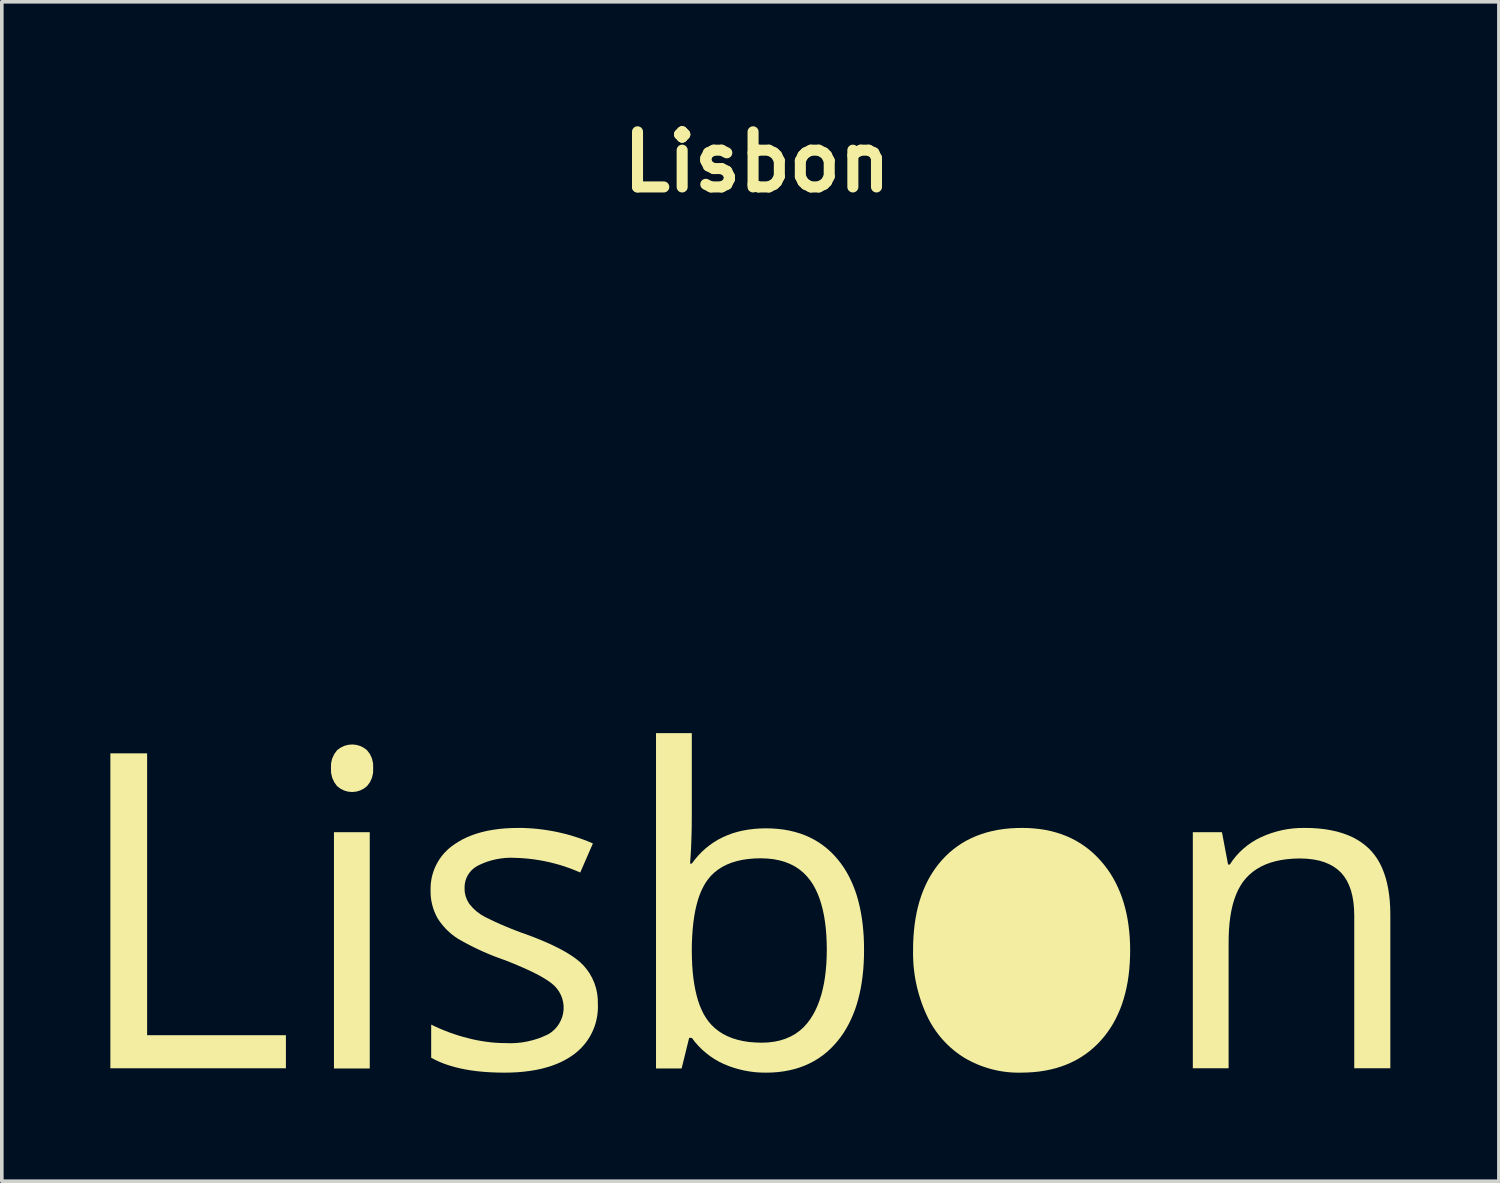
<source format=kicad_pcb>
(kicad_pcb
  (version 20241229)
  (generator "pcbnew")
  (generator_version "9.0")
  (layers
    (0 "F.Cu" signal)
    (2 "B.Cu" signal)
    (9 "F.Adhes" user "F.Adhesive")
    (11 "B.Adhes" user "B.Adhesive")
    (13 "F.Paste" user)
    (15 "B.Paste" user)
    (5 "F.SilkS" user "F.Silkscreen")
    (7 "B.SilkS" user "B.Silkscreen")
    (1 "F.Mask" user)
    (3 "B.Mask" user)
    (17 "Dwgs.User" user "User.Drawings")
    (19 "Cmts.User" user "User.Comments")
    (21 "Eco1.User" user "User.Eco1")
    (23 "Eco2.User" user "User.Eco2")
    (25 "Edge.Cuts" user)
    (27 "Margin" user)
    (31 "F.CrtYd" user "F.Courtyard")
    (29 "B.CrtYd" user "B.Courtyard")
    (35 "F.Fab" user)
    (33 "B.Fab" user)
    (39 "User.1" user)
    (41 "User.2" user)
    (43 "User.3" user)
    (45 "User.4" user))
  (footprint "Lisbon"
    (layer "F.Cu")
    (at 17.87 17.354)
    (property "Reference" "Lisbon" (at 0 -15.927 0) (layer "F.SilkS") (effects (font (size 1.524 1.524) (thickness 0.305))))
    (attr exclude_from_pos_files exclude_from_bom)
    (fp_poly (pts (xy -10.702 9.124) (xy -11.691 9.124) (xy -11.691 2.594) (xy -10.702 2.594) (xy -10.702 9.124)) (stroke (width 0) (type solid)) (fill yes) (layer "F.SilkS"))
    (fp_poly (pts (xy -17.87 9.118) (xy -17.87 0.415) (xy -16.854 0.415) (xy -16.854 8.204) (xy -13.019 8.204) (xy -13.019 9.118) (xy -17.87 9.118)) (stroke (width 0) (type solid)) (fill yes) (layer "F.SilkS"))
    (fp_poly (pts (xy -11.774 0.826) (xy -11.771 0.691) (xy -11.741 0.56) (xy -11.684 0.437) (xy -11.605 0.328) (xy -11.514 0.261) (xy -11.412 0.21) (xy -11.303 0.18) (xy -11.191 0.169) (xy -11.078 0.18) (xy -10.969 0.21) (xy -10.867 0.261) (xy -10.777 0.328) (xy -10.696 0.436) (xy -10.64 0.558) (xy -10.61 0.689) (xy -10.607 0.823) (xy -10.61 0.958) (xy -10.64 1.089) (xy -10.696 1.212) (xy -10.777 1.321) (xy -10.867 1.39) (xy -10.968 1.441) (xy -11.077 1.473) (xy -11.191 1.483) (xy -11.304 1.473) (xy -11.413 1.441) (xy -11.514 1.39) (xy -11.605 1.321) (xy -11.683 1.212) (xy -11.739 1.09) (xy -11.77 0.96) (xy -11.774 0.826)) (stroke (width 0) (type solid)) (fill yes) (layer "F.SilkS"))
    (fp_poly (pts (xy 16.505 9.118) (xy 16.505 4.899) (xy 16.499 4.706) (xy 16.482 4.525) (xy 16.453 4.357) (xy 16.414 4.202) (xy 16.362 4.061) (xy 16.3 3.932) (xy 16.226 3.816) (xy 16.141 3.713) (xy 16.043 3.623) (xy 15.933 3.544) (xy 15.81 3.477) (xy 15.675 3.421) (xy 15.526 3.377) (xy 15.365 3.346) (xy 15.191 3.327) (xy 15.004 3.32) (xy 14.824 3.325) (xy 14.653 3.339) (xy 14.49 3.362) (xy 14.336 3.394) (xy 14.191 3.435) (xy 14.054 3.485) (xy 13.927 3.545) (xy 13.808 3.613) (xy 13.698 3.691) (xy 13.597 3.778) (xy 13.504 3.874) (xy 13.427 3.971) (xy 13.357 4.079) (xy 13.293 4.196) (xy 13.237 4.323) (xy 13.187 4.46) (xy 13.144 4.607) (xy 13.109 4.763) (xy 13.08 4.93) (xy 13.058 5.107) (xy 13.043 5.293) (xy 13.035 5.49) (xy 13.033 5.696) (xy 13.033 9.118) (xy 12.044 9.118) (xy 12.044 2.594) (xy 12.849 2.594) (xy 13.018 3.488) (xy 13.066 3.488) (xy 13.146 3.37) (xy 13.235 3.258) (xy 13.332 3.152) (xy 13.436 3.054) (xy 13.546 2.963) (xy 13.663 2.88) (xy 13.785 2.805) (xy 13.912 2.74) (xy 14.057 2.677) (xy 14.204 2.622) (xy 14.355 2.576) (xy 14.508 2.538) (xy 14.662 2.509) (xy 14.819 2.489) (xy 14.976 2.478) (xy 15.133 2.476) (xy 15.327 2.479) (xy 15.512 2.491) (xy 15.689 2.511) (xy 15.857 2.539) (xy 16.017 2.574) (xy 16.169 2.618) (xy 16.313 2.669) (xy 16.449 2.728) (xy 16.576 2.796) (xy 16.695 2.871) (xy 16.805 2.954) (xy 16.908 3.044) (xy 16.995 3.136) (xy 17.075 3.236) (xy 17.149 3.343) (xy 17.215 3.459) (xy 17.275 3.583) (xy 17.327 3.715) (xy 17.373 3.855) (xy 17.412 4.003) (xy 17.444 4.159) (xy 17.469 4.323) (xy 17.487 4.495) (xy 17.498 4.675) (xy 17.502 4.863) (xy 17.502 9.118) (xy 16.505 9.118)) (stroke (width 0) (type solid)) (fill yes) (layer "F.SilkS"))
    (fp_poly (pts (xy 5.341 5.85) (xy 5.344 6.039) (xy 5.353 6.221) (xy 5.368 6.395) (xy 5.389 6.563) (xy 5.416 6.724) (xy 5.449 6.877) (xy 5.488 7.024) (xy 5.533 7.163) (xy 5.584 7.296) (xy 5.641 7.421) (xy 5.704 7.54) (xy 5.773 7.651) (xy 5.849 7.755) (xy 5.945 7.869) (xy 6.048 7.972) (xy 6.159 8.064) (xy 6.278 8.145) (xy 6.404 8.216) (xy 6.538 8.275) (xy 6.679 8.324) (xy 6.828 8.362) (xy 6.984 8.389) (xy 7.147 8.405) (xy 7.318 8.411) (xy 7.491 8.405) (xy 7.656 8.389) (xy 7.813 8.362) (xy 7.962 8.324) (xy 8.104 8.276) (xy 8.238 8.217) (xy 8.364 8.147) (xy 8.483 8.066) (xy 8.593 7.974) (xy 8.696 7.872) (xy 8.792 7.759) (xy 8.866 7.655) (xy 8.935 7.544) (xy 8.997 7.426) (xy 9.054 7.3) (xy 9.105 7.168) (xy 9.15 7.028) (xy 9.189 6.881) (xy 9.222 6.727) (xy 9.249 6.566) (xy 9.271 6.398) (xy 9.286 6.223) (xy 9.296 6.04) (xy 9.3 5.85) (xy 9.297 5.662) (xy 9.288 5.482) (xy 9.273 5.308) (xy 9.252 5.141) (xy 9.224 4.982) (xy 9.191 4.829) (xy 9.152 4.684) (xy 9.107 4.546) (xy 9.056 4.414) (xy 8.999 4.29) (xy 8.936 4.173) (xy 8.867 4.063) (xy 8.792 3.961) (xy 8.695 3.849) (xy 8.591 3.747) (xy 8.48 3.657) (xy 8.36 3.577) (xy 8.233 3.507) (xy 8.098 3.449) (xy 7.955 3.401) (xy 7.805 3.363) (xy 7.646 3.337) (xy 7.48 3.321) (xy 7.307 3.315) (xy 7.134 3.321) (xy 6.969 3.336) (xy 6.813 3.363) (xy 6.664 3.4) (xy 6.523 3.447) (xy 6.39 3.505) (xy 6.264 3.573) (xy 6.147 3.652) (xy 6.037 3.742) (xy 5.936 3.842) (xy 5.842 3.952) (xy 5.769 4.054) (xy 5.701 4.163) (xy 5.64 4.279) (xy 5.584 4.403) (xy 5.534 4.534) (xy 5.489 4.673) (xy 5.451 4.819) (xy 5.418 4.972) (xy 5.391 5.133) (xy 5.37 5.301) (xy 5.354 5.477) (xy 5.345 5.66) (xy 5.341 5.85)) (stroke (width 0) (type solid)) (fill yes) (layer "F.SilkS"))
    (fp_poly (pts (xy 10.312 5.85) (xy 10.309 6.036) (xy 10.301 6.216) (xy 10.287 6.392) (xy 10.268 6.562) (xy 10.243 6.728) (xy 10.212 6.889) (xy 10.176 7.046) (xy 10.134 7.197) (xy 10.087 7.344) (xy 10.034 7.486) (xy 9.975 7.622) (xy 9.911 7.755) (xy 9.842 7.882) (xy 9.767 8.004) (xy 9.686 8.122) (xy 9.6 8.235) (xy 9.508 8.343) (xy 9.405 8.452) (xy 9.297 8.553) (xy 9.185 8.648) (xy 9.068 8.735) (xy 8.945 8.816) (xy 8.819 8.89) (xy 8.687 8.956) (xy 8.551 9.016) (xy 8.41 9.068) (xy 8.264 9.114) (xy 8.113 9.152) (xy 7.958 9.183) (xy 7.797 9.208) (xy 7.632 9.225) (xy 7.462 9.235) (xy 7.288 9.239) (xy 7.186 9.239) (xy 7.085 9.236) (xy 6.983 9.229) (xy 6.882 9.219) (xy 6.781 9.205) (xy 6.681 9.188) (xy 6.581 9.167) (xy 6.482 9.143) (xy 6.384 9.115) (xy 6.287 9.084) (xy 6.192 9.05) (xy 6.097 9.013) (xy 6.004 8.972) (xy 5.912 8.928) (xy 5.822 8.881) (xy 5.733 8.831) (xy 5.649 8.776) (xy 5.567 8.719) (xy 5.486 8.659) (xy 5.409 8.596) (xy 5.333 8.53) (xy 5.26 8.461) (xy 5.19 8.39) (xy 5.122 8.316) (xy 5.057 8.24) (xy 4.995 8.161) (xy 4.936 8.08) (xy 4.88 7.997) (xy 4.827 7.912) (xy 4.777 7.825) (xy 4.73 7.736) (xy 4.687 7.645) (xy 4.64 7.54) (xy 4.596 7.433) (xy 4.555 7.325) (xy 4.518 7.215) (xy 4.483 7.105) (xy 4.452 6.994) (xy 4.423 6.882) (xy 4.398 6.769) (xy 4.376 6.656) (xy 4.357 6.542) (xy 4.342 6.427) (xy 4.329 6.312) (xy 4.32 6.197) (xy 4.315 6.081) (xy 4.312 5.966) (xy 4.313 5.85) (xy 4.315 5.665) (xy 4.324 5.485) (xy 4.338 5.309) (xy 4.357 5.139) (xy 4.382 4.973) (xy 4.412 4.812) (xy 4.448 4.656) (xy 4.489 4.505) (xy 4.536 4.359) (xy 4.589 4.217) (xy 4.647 4.081) (xy 4.71 3.949) (xy 4.779 3.823) (xy 4.854 3.701) (xy 4.934 3.584) (xy 5.019 3.472) (xy 5.11 3.365) (xy 5.212 3.257) (xy 5.319 3.156) (xy 5.431 3.062) (xy 5.548 2.975) (xy 5.669 2.895) (xy 5.796 2.822) (xy 5.927 2.756) (xy 6.063 2.697) (xy 6.204 2.645) (xy 6.349 2.6) (xy 6.5 2.562) (xy 6.655 2.53) (xy 6.815 2.506) (xy 6.981 2.489) (xy 7.15 2.479) (xy 7.325 2.476) (xy 7.494 2.479) (xy 7.659 2.49) (xy 7.819 2.508) (xy 7.975 2.532) (xy 8.126 2.564) (xy 8.273 2.604) (xy 8.416 2.65) (xy 8.554 2.703) (xy 8.688 2.764) (xy 8.817 2.831) (xy 8.942 2.906) (xy 9.063 2.988) (xy 9.179 3.077) (xy 9.291 3.173) (xy 9.398 3.276) (xy 9.501 3.387) (xy 9.593 3.496) (xy 9.68 3.61) (xy 9.761 3.728) (xy 9.836 3.851) (xy 9.906 3.978) (xy 9.97 4.11) (xy 10.029 4.246) (xy 10.082 4.386) (xy 10.13 4.531) (xy 10.172 4.68) (xy 10.209 4.834) (xy 10.24 4.992) (xy 10.265 5.155) (xy 10.285 5.322) (xy 10.3 5.494) (xy 10.309 5.67) (xy 10.312 5.85)) (stroke (width 0) (type solid)) (fill yes) (layer "F.SilkS"))
    (fp_poly (pts (xy 0.249 2.487) (xy 0.106 3.315) (xy -0.073 3.32) (xy -0.244 3.335) (xy -0.405 3.358) (xy -0.557 3.392) (xy -0.699 3.435) (xy -0.832 3.488) (xy -0.955 3.55) (xy -1.069 3.622) (xy -1.173 3.703) (xy -1.268 3.794) (xy -1.353 3.895) (xy -1.419 3.988) (xy -1.479 4.092) (xy -1.535 4.204) (xy -1.585 4.326) (xy -1.63 4.458) (xy -1.669 4.599) (xy -1.704 4.749) (xy -1.733 4.909) (xy -1.757 5.079) (xy -1.776 5.257) (xy -1.79 5.446) (xy -1.799 5.643) (xy -1.802 5.85) (xy -1.799 6.057) (xy -1.791 6.255) (xy -1.778 6.444) (xy -1.759 6.623) (xy -1.734 6.793) (xy -1.704 6.954) (xy -1.669 7.105) (xy -1.629 7.247) (xy -1.583 7.38) (xy -1.531 7.503) (xy -1.475 7.618) (xy -1.412 7.722) (xy -1.345 7.818) (xy -1.257 7.921) (xy -1.16 8.013) (xy -1.054 8.096) (xy -0.939 8.17) (xy -0.814 8.233) (xy -0.68 8.287) (xy -0.537 8.331) (xy -0.385 8.366) (xy -0.224 8.391) (xy -0.053 8.405) (xy 0.127 8.411) (xy 0.304 8.404) (xy 0.472 8.384) (xy 0.631 8.351) (xy 0.781 8.304) (xy 0.921 8.244) (xy 1.052 8.171) (xy 1.174 8.085) (xy 1.286 7.986) (xy 1.388 7.873) (xy 1.481 7.747) (xy 1.552 7.632) (xy 1.617 7.51) (xy 1.676 7.379) (xy 1.728 7.24) (xy 1.775 7.093) (xy 1.815 6.938) (xy 1.85 6.775) (xy 1.878 6.604) (xy 1.9 6.425) (xy 1.916 6.237) (xy 1.925 6.042) (xy 1.929 5.838) (xy 1.925 5.635) (xy 1.916 5.439) (xy 1.901 5.25) (xy 1.879 5.07) (xy 1.851 4.898) (xy 1.817 4.734) (xy 1.776 4.579) (xy 1.73 4.433) (xy 1.677 4.296) (xy 1.618 4.168) (xy 1.553 4.049) (xy 1.481 3.94) (xy 1.387 3.822) (xy 1.284 3.715) (xy 1.17 3.622) (xy 1.047 3.54) (xy 0.914 3.472) (xy 0.772 3.415) (xy 0.619 3.372) (xy 0.457 3.34) (xy 0.285 3.322) (xy 0.103 3.315) (xy 0.106 3.315) (xy 0.249 2.487) (xy 0.418 2.491) (xy 0.581 2.503) (xy 0.74 2.522) (xy 0.894 2.55) (xy 1.042 2.585) (xy 1.185 2.628) (xy 1.324 2.678) (xy 1.457 2.737) (xy 1.585 2.803) (xy 1.708 2.877) (xy 1.826 2.959) (xy 1.939 3.049) (xy 2.047 3.146) (xy 2.149 3.251) (xy 2.247 3.365) (xy 2.328 3.47) (xy 2.405 3.581) (xy 2.476 3.697) (xy 2.543 3.818) (xy 2.604 3.944) (xy 2.661 4.075) (xy 2.713 4.211) (xy 2.76 4.352) (xy 2.801 4.498) (xy 2.838 4.65) (xy 2.87 4.806) (xy 2.897 4.967) (xy 2.919 5.134) (xy 2.936 5.305) (xy 2.949 5.482) (xy 2.956 5.664) (xy 2.958 5.85) (xy 2.956 6.037) (xy 2.948 6.219) (xy 2.936 6.395) (xy 2.918 6.567) (xy 2.896 6.734) (xy 2.869 6.895) (xy 2.836 7.052) (xy 2.799 7.204) (xy 2.757 7.351) (xy 2.71 7.493) (xy 2.657 7.63) (xy 2.6 7.762) (xy 2.538 7.889) (xy 2.471 8.011) (xy 2.399 8.129) (xy 2.322 8.241) (xy 2.24 8.348) (xy 2.142 8.463) (xy 2.039 8.57) (xy 1.931 8.669) (xy 1.818 8.76) (xy 1.7 8.843) (xy 1.577 8.918) (xy 1.449 8.985) (xy 1.316 9.045) (xy 1.179 9.096) (xy 1.036 9.14) (xy 0.888 9.175) (xy 0.736 9.203) (xy 0.578 9.223) (xy 0.416 9.235) (xy 0.249 9.239) (xy 0.099 9.236) (xy -0.051 9.226) (xy -0.2 9.207) (xy -0.347 9.181) (xy -0.493 9.147) (xy -0.637 9.106) (xy -0.779 9.057) (xy -0.918 9) (xy -1.048 8.937) (xy -1.173 8.865) (xy -1.293 8.785) (xy -1.408 8.697) (xy -1.517 8.602) (xy -1.619 8.5) (xy -1.714 8.392) (xy -1.802 8.277) (xy -1.875 8.277) (xy -2.083 9.124) (xy -2.791 9.124) (xy -2.791 -0.144) (xy -1.802 -0.144) (xy -1.802 2.106) (xy -1.803 2.274) (xy -1.804 2.436) (xy -1.807 2.595) (xy -1.812 2.749) (xy -1.817 2.9) (xy -1.823 3.046) (xy -1.831 3.188) (xy -1.84 3.326) (xy -1.849 3.461) (xy -1.802 3.461) (xy -1.712 3.343) (xy -1.618 3.233) (xy -1.518 3.13) (xy -1.413 3.035) (xy -1.303 2.948) (xy -1.187 2.868) (xy -1.067 2.795) (xy -0.941 2.731) (xy -0.811 2.674) (xy -0.675 2.624) (xy -0.534 2.582) (xy -0.387 2.548) (xy -0.236 2.522) (xy -0.08 2.503) (xy 0.082 2.491) (xy 0.249 2.487)) (stroke (width 0) (type solid)) (fill yes) (layer "F.SilkS"))
    (fp_poly (pts (xy -4.398 7.339) (xy -4.396 7.44) (xy -4.401 7.542) (xy -4.412 7.643) (xy -4.429 7.743) (xy -4.452 7.842) (xy -4.481 7.939) (xy -4.517 8.035) (xy -4.558 8.127) (xy -4.605 8.218) (xy -4.657 8.305) (xy -4.715 8.388) (xy -4.778 8.468) (xy -4.846 8.544) (xy -4.918 8.615) (xy -4.995 8.682) (xy -5.075 8.744) (xy -5.183 8.817) (xy -5.297 8.884) (xy -5.417 8.946) (xy -5.544 9.001) (xy -5.678 9.051) (xy -5.818 9.094) (xy -5.964 9.133) (xy -6.117 9.165) (xy -6.277 9.191) (xy -6.443 9.212) (xy -6.615 9.227) (xy -6.794 9.236) (xy -6.98 9.239) (xy -7.176 9.236) (xy -7.366 9.229) (xy -7.548 9.217) (xy -7.724 9.2) (xy -7.893 9.178) (xy -8.056 9.151) (xy -8.212 9.119) (xy -8.36 9.083) (xy -8.503 9.041) (xy -8.638 8.995) (xy -8.767 8.944) (xy -8.888 8.888) (xy -9.004 8.827) (xy -9.004 7.911) (xy -8.881 7.97) (xy -8.758 8.025) (xy -8.632 8.077) (xy -8.506 8.126) (xy -8.378 8.171) (xy -8.249 8.213) (xy -8.119 8.251) (xy -7.988 8.285) (xy -7.86 8.317) (xy -7.732 8.344) (xy -7.603 8.367) (xy -7.473 8.386) (xy -7.343 8.402) (xy -7.212 8.413) (xy -7.081 8.42) (xy -6.95 8.422) (xy -6.797 8.426) (xy -6.644 8.419) (xy -6.492 8.403) (xy -6.341 8.376) (xy -6.192 8.34) (xy -6.046 8.295) (xy -5.903 8.239) (xy -5.764 8.175) (xy -5.678 8.118) (xy -5.599 8.05) (xy -5.53 7.973) (xy -5.47 7.888) (xy -5.421 7.796) (xy -5.383 7.699) (xy -5.358 7.599) (xy -5.345 7.496) (xy -5.345 7.392) (xy -5.358 7.289) (xy -5.383 7.188) (xy -5.421 7.091) (xy -5.47 6.999) (xy -5.53 6.915) (xy -5.599 6.838) (xy -5.678 6.77) (xy -5.761 6.709) (xy -5.859 6.645) (xy -5.972 6.579) (xy -6.1 6.51) (xy -6.243 6.439) (xy -6.401 6.366) (xy -6.575 6.29) (xy -6.763 6.211) (xy -6.967 6.13) (xy -7.051 6.101) (xy -7.135 6.07) (xy -7.218 6.039) (xy -7.301 6.007) (xy -7.384 5.973) (xy -7.466 5.939) (xy -7.548 5.903) (xy -7.629 5.867) (xy -7.71 5.829) (xy -7.79 5.791) (xy -7.87 5.751) (xy -7.95 5.711) (xy -8.029 5.669) (xy -8.107 5.627) (xy -8.185 5.583) (xy -8.262 5.539) (xy -8.347 5.482) (xy -8.429 5.421) (xy -8.507 5.354) (xy -8.581 5.284) (xy -8.65 5.209) (xy -8.716 5.131) (xy -8.777 5.049) (xy -8.833 4.963) (xy -8.878 4.874) (xy -8.918 4.782) (xy -8.951 4.688) (xy -8.978 4.592) (xy -8.999 4.494) (xy -9.013 4.395) (xy -9.02 4.296) (xy -9.021 4.196) (xy -9.02 4.104) (xy -9.014 4.011) (xy -9.002 3.92) (xy -8.985 3.829) (xy -8.961 3.74) (xy -8.932 3.652) (xy -8.898 3.566) (xy -8.858 3.483) (xy -8.813 3.402) (xy -8.764 3.324) (xy -8.709 3.249) (xy -8.65 3.179) (xy -8.586 3.112) (xy -8.519 3.049) (xy -8.447 2.99) (xy -8.372 2.936) (xy -8.26 2.863) (xy -8.142 2.795) (xy -8.017 2.735) (xy -7.885 2.68) (xy -7.747 2.632) (xy -7.602 2.591) (xy -7.45 2.555) (xy -7.291 2.527) (xy -7.126 2.504) (xy -6.954 2.488) (xy -6.776 2.479) (xy -6.591 2.476) (xy -6.459 2.477) (xy -6.326 2.483) (xy -6.195 2.491) (xy -6.063 2.504) (xy -5.932 2.519) (xy -5.801 2.538) (xy -5.671 2.56) (xy -5.541 2.585) (xy -5.412 2.614) (xy -5.284 2.645) (xy -5.156 2.68) (xy -5.03 2.719) (xy -4.904 2.76) (xy -4.78 2.805) (xy -4.657 2.853) (xy -4.535 2.904) (xy -4.885 3.708) (xy -4.991 3.663) (xy -5.098 3.62) (xy -5.205 3.58) (xy -5.314 3.542) (xy -5.423 3.507) (xy -5.534 3.475) (xy -5.645 3.446) (xy -5.756 3.419) (xy -5.869 3.395) (xy -5.982 3.373) (xy -6.095 3.355) (xy -6.209 3.339) (xy -6.323 3.326) (xy -6.437 3.316) (xy -6.552 3.308) (xy -6.667 3.304) (xy -6.804 3.299) (xy -6.94 3.304) (xy -7.076 3.319) (xy -7.211 3.342) (xy -7.344 3.374) (xy -7.474 3.415) (xy -7.601 3.465) (xy -7.725 3.524) (xy -7.803 3.573) (xy -7.874 3.632) (xy -7.936 3.701) (xy -7.989 3.777) (xy -8.03 3.859) (xy -8.06 3.947) (xy -8.077 4.038) (xy -8.082 4.13) (xy -8.077 4.248) (xy -8.052 4.364) (xy -8.009 4.475) (xy -7.949 4.577) (xy -7.856 4.684) (xy -7.753 4.78) (xy -7.639 4.865) (xy -7.517 4.936) (xy -7.378 5.004) (xy -7.237 5.071) (xy -7.096 5.135) (xy -6.953 5.196) (xy -6.81 5.255) (xy -6.665 5.312) (xy -6.52 5.367) (xy -6.374 5.419) (xy -6.169 5.495) (xy -5.977 5.572) (xy -5.797 5.649) (xy -5.63 5.726) (xy -5.475 5.803) (xy -5.332 5.88) (xy -5.202 5.957) (xy -5.084 6.034) (xy -4.979 6.111) (xy -4.886 6.188) (xy -4.806 6.265) (xy -4.71 6.377) (xy -4.626 6.498) (xy -4.554 6.626) (xy -4.495 6.761) (xy -4.449 6.901) (xy -4.418 7.045) (xy -4.401 7.192) (xy -4.398 7.339)) (stroke (width 0) (type solid)) (fill yes) (layer "F.SilkS")))
  (gr_rect
    (start -3 -3)
    (end 38.372 29.593)
    (stroke (width 0.1) (type default))
    (fill no)
    (layer "Edge.Cuts")))
</source>
